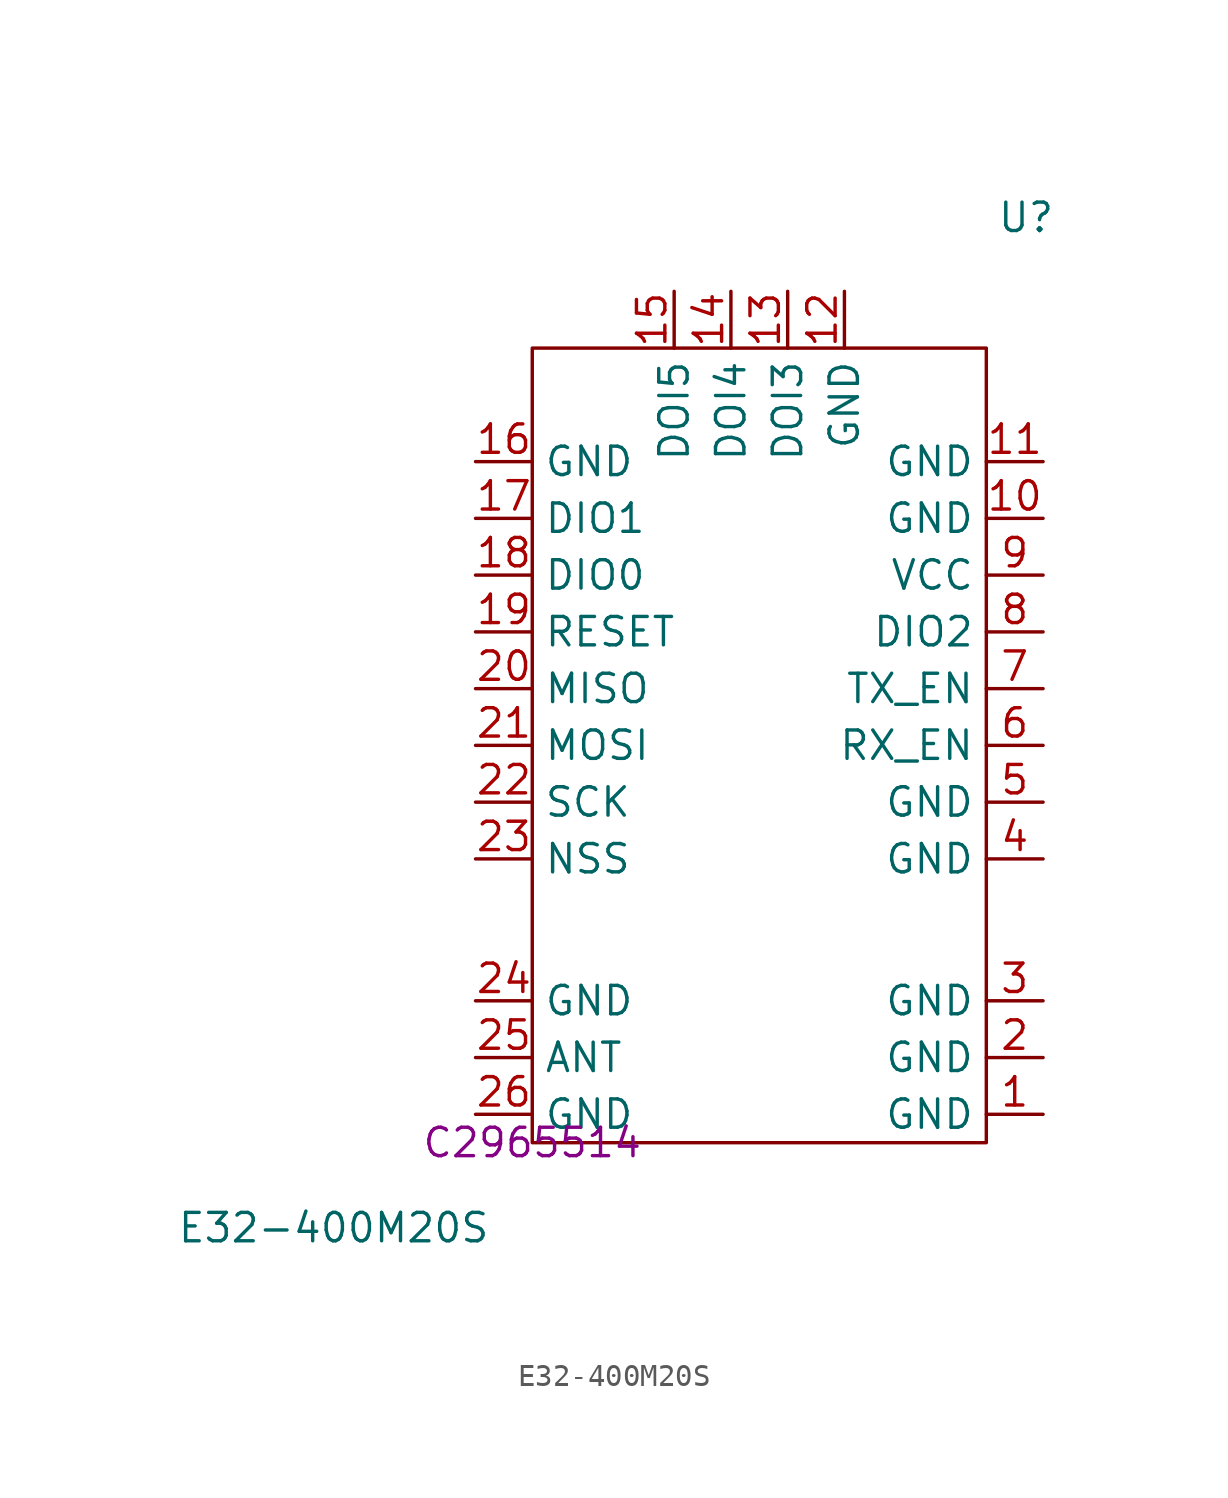
<source format=kicad_sym>
(kicad_symbol_lib
  (version 20231120)
  (generator "kicad_symbol_editor")
  (generator_version "8.0")
  (symbol "E32-400M20S"
    (property "Reference" "U"
      (at 22.098 41.402 0)
      (effects (font (size 1.27 1.27))))
    (property "Value" "E32-400M20S"
      (at -8.89 -3.81 0)
      (effects (font (size 1.27 1.27))))
    (property "LCSC" "C2965514"
      (at 0 0 0)
      (effects (font (size 1.27 1.27))))
    (symbol "E32-400M20S_0_1"
      (rectangle (start 0 35.56) (end 20.32 0) (stroke (width 0) (type default)) (fill (type none))))
    (symbol "E32-400M20S_1_1"
      (pin power_in line (at 22.86 1.27 180) (length 2.54) (name "GND" (effects (font (size 1.27 1.27)))) (number "1" (effects (font (size 1.27 1.27)))))
      (pin power_in line (at 22.86 27.94 180) (length 2.54) (name "GND" (effects (font (size 1.27 1.27)))) (number "10" (effects (font (size 1.27 1.27)))))
      (pin power_in line (at 22.86 30.48 180) (length 2.54) (name "GND" (effects (font (size 1.27 1.27)))) (number "11" (effects (font (size 1.27 1.27)))))
      (pin power_in line (at 13.97 38.1 270) (length 2.54) (name "GND" (effects (font (size 1.27 1.27)))) (number "12" (effects (font (size 1.27 1.27)))))
      (pin bidirectional line (at 11.43 38.1 270) (length 2.54) (name "DOI3" (effects (font (size 1.27 1.27)))) (number "13" (effects (font (size 1.27 1.27)))))
      (pin bidirectional line (at 8.89 38.1 270) (length 2.54) (name "DOI4" (effects (font (size 1.27 1.27)))) (number "14" (effects (font (size 1.27 1.27)))))
      (pin bidirectional line (at 6.35 38.1 270) (length 2.54) (name "DOI5" (effects (font (size 1.27 1.27)))) (number "15" (effects (font (size 1.27 1.27)))))
      (pin power_in line (at -2.54 30.48 0) (length 2.54) (name "GND" (effects (font (size 1.27 1.27)))) (number "16" (effects (font (size 1.27 1.27)))))
      (pin bidirectional line (at -2.54 27.94 0) (length 2.54) (name "DIO1" (effects (font (size 1.27 1.27)))) (number "17" (effects (font (size 1.27 1.27)))))
      (pin bidirectional line (at -2.54 25.4 0) (length 2.54) (name "DIO0" (effects (font (size 1.27 1.27)))) (number "18" (effects (font (size 1.27 1.27)))))
      (pin input line (at -2.54 22.86 0) (length 2.54) (name "RESET" (effects (font (size 1.27 1.27)))) (number "19" (effects (font (size 1.27 1.27)))))
      (pin power_in line (at 22.86 3.81 180) (length 2.54) (name "GND" (effects (font (size 1.27 1.27)))) (number "2" (effects (font (size 1.27 1.27)))))
      (pin output line (at -2.54 20.32 0) (length 2.54) (name "MISO" (effects (font (size 1.27 1.27)))) (number "20" (effects (font (size 1.27 1.27)))))
      (pin input line (at -2.54 17.78 0) (length 2.54) (name "MOSI" (effects (font (size 1.27 1.27)))) (number "21" (effects (font (size 1.27 1.27)))))
      (pin input line (at -2.54 15.24 0) (length 2.54) (name "SCK" (effects (font (size 1.27 1.27)))) (number "22" (effects (font (size 1.27 1.27)))))
      (pin input line (at -2.54 12.7 0) (length 2.54) (name "NSS" (effects (font (size 1.27 1.27)))) (number "23" (effects (font (size 1.27 1.27)))))
      (pin power_in line (at -2.54 6.35 0) (length 2.54) (name "GND" (effects (font (size 1.27 1.27)))) (number "24" (effects (font (size 1.27 1.27)))))
      (pin power_out line (at -2.54 3.81 0) (length 2.54) (name "ANT" (effects (font (size 1.27 1.27)))) (number "25" (effects (font (size 1.27 1.27)))))
      (pin power_in line (at -2.54 1.27 0) (length 2.54) (name "GND" (effects (font (size 1.27 1.27)))) (number "26" (effects (font (size 1.27 1.27)))))
      (pin power_in line (at 22.86 6.35 180) (length 2.54) (name "GND" (effects (font (size 1.27 1.27)))) (number "3" (effects (font (size 1.27 1.27)))))
      (pin bidirectional line (at 22.86 12.7 180) (length 2.54) (name "GND" (effects (font (size 1.27 1.27)))) (number "4" (effects (font (size 1.27 1.27)))))
      (pin bidirectional line (at 22.86 15.24 180) (length 2.54) (name "GND" (effects (font (size 1.27 1.27)))) (number "5" (effects (font (size 1.27 1.27)))))
      (pin input line (at 22.86 17.78 180) (length 2.54) (name "RX_EN" (effects (font (size 1.27 1.27)))) (number "6" (effects (font (size 1.27 1.27)))))
      (pin input line (at 22.86 20.32 180) (length 2.54) (name "TX_EN" (effects (font (size 1.27 1.27)))) (number "7" (effects (font (size 1.27 1.27)))))
      (pin bidirectional line (at 22.86 22.86 180) (length 2.54) (name "DIO2" (effects (font (size 1.27 1.27)))) (number "8" (effects (font (size 1.27 1.27)))))
      (pin power_in line (at 22.86 25.4 180) (length 2.54) (name "VCC" (effects (font (size 1.27 1.27)))) (number "9" (effects (font (size 1.27 1.27))))))))
</source>
